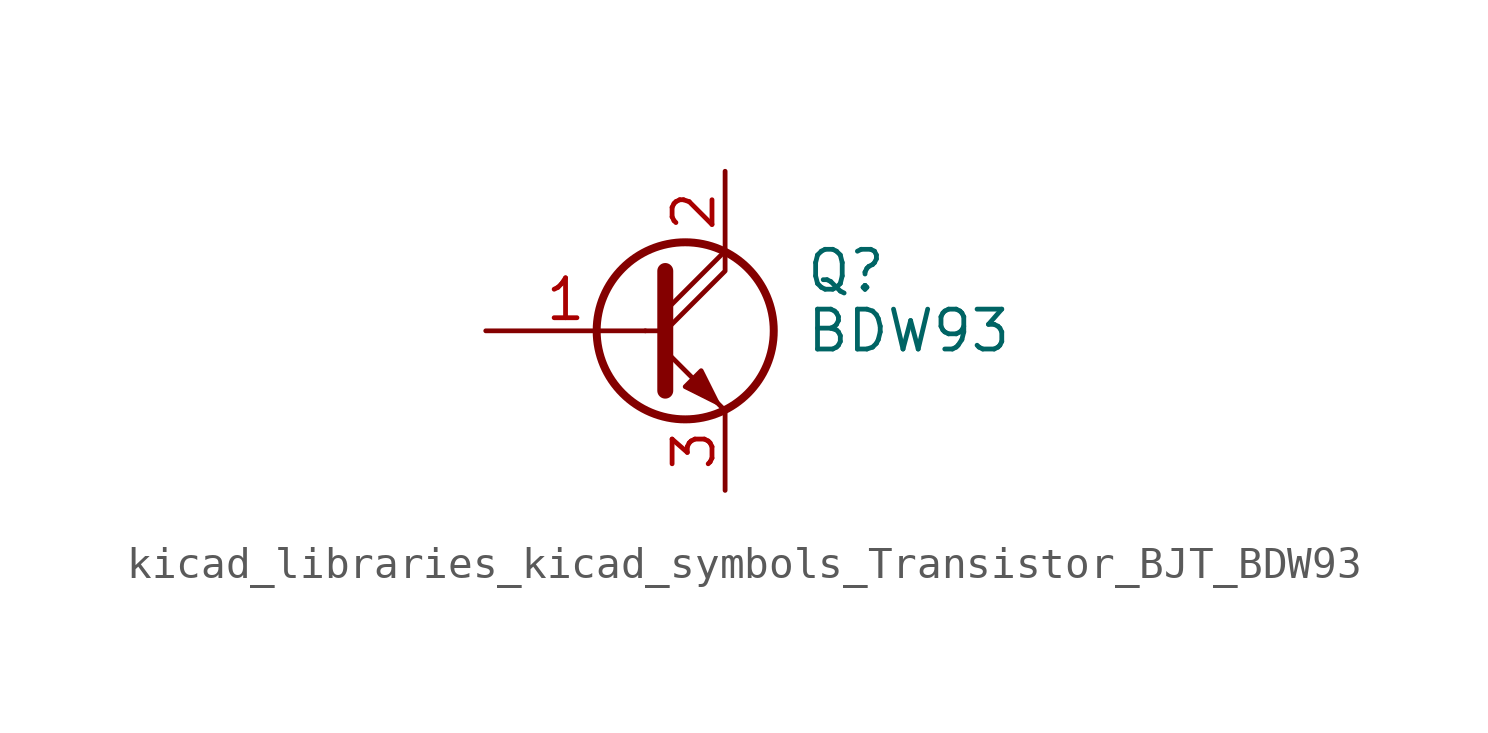
<source format=kicad_sym>
(kicad_symbol_lib
  (version 20220914)
  (generator kicad_symbol_editor)
  (symbol "kicad_libraries_kicad_symbols_Transistor_BJT_BDW93"
    (pin_names
      (offset 0) hide)
    (property "Reference" "Q"
      (at 5.08 1.905 0)
      (effects (font (size 1.27 1.27)) (justify left)))
    (property "Value" "BDW93"
      (at 5.08 0 0)
      (effects (font (size 1.27 1.27)) (justify left)))
    (symbol "kicad_libraries_kicad_symbols_Transistor_BJT_BDW93_0_1"
      (polyline (pts (xy 0.635 0.635) (xy 2.54 2.54)) (stroke (width 0) (type default)) (fill (type none)))
      (polyline (pts (xy 0.635 -0.635) (xy 2.54 -2.54) (xy 2.54 -2.54)) (stroke (width 0) (type default)) (fill (type none)))
      (polyline (pts (xy 0.635 0) (xy 2.54 1.905) (xy 2.54 2.54)) (stroke (width 0) (type default)) (fill (type none)))
      (polyline (pts (xy 0.635 1.905) (xy 0.635 -1.905) (xy 0.635 -1.905)) (stroke (width 0.508) (type default)) (fill (type none)))
      (polyline (pts (xy 1.27 -1.778) (xy 1.778 -1.27) (xy 2.286 -2.286) (xy 1.27 -1.778) (xy 1.27 -1.778)) (stroke (width 0) (type default)) (fill (type outline)))
      (circle (center 1.27 0) (radius 2.819) (stroke (width 0.254) (type default)) (fill (type none))))
    (symbol "kicad_libraries_kicad_symbols_Transistor_BJT_BDW93_1_1"
      (polyline (pts (xy 0 0) (xy 0.508 0)) (stroke (width 0) (type default)) (fill (type none)))
      (pin input line (at -5.08 0 0) (length 5.08) (name "B" (effects (font (size 1.27 1.27)))) (number "1" (effects (font (size 1.27 1.27)))))
      (pin passive line (at 2.54 5.08 270) (length 2.54) (name "C" (effects (font (size 1.27 1.27)))) (number "2" (effects (font (size 1.27 1.27)))))
      (pin passive line (at 2.54 -5.08 90) (length 2.54) (name "E" (effects (font (size 1.27 1.27)))) (number "3" (effects (font (size 1.27 1.27))))))))
</source>
